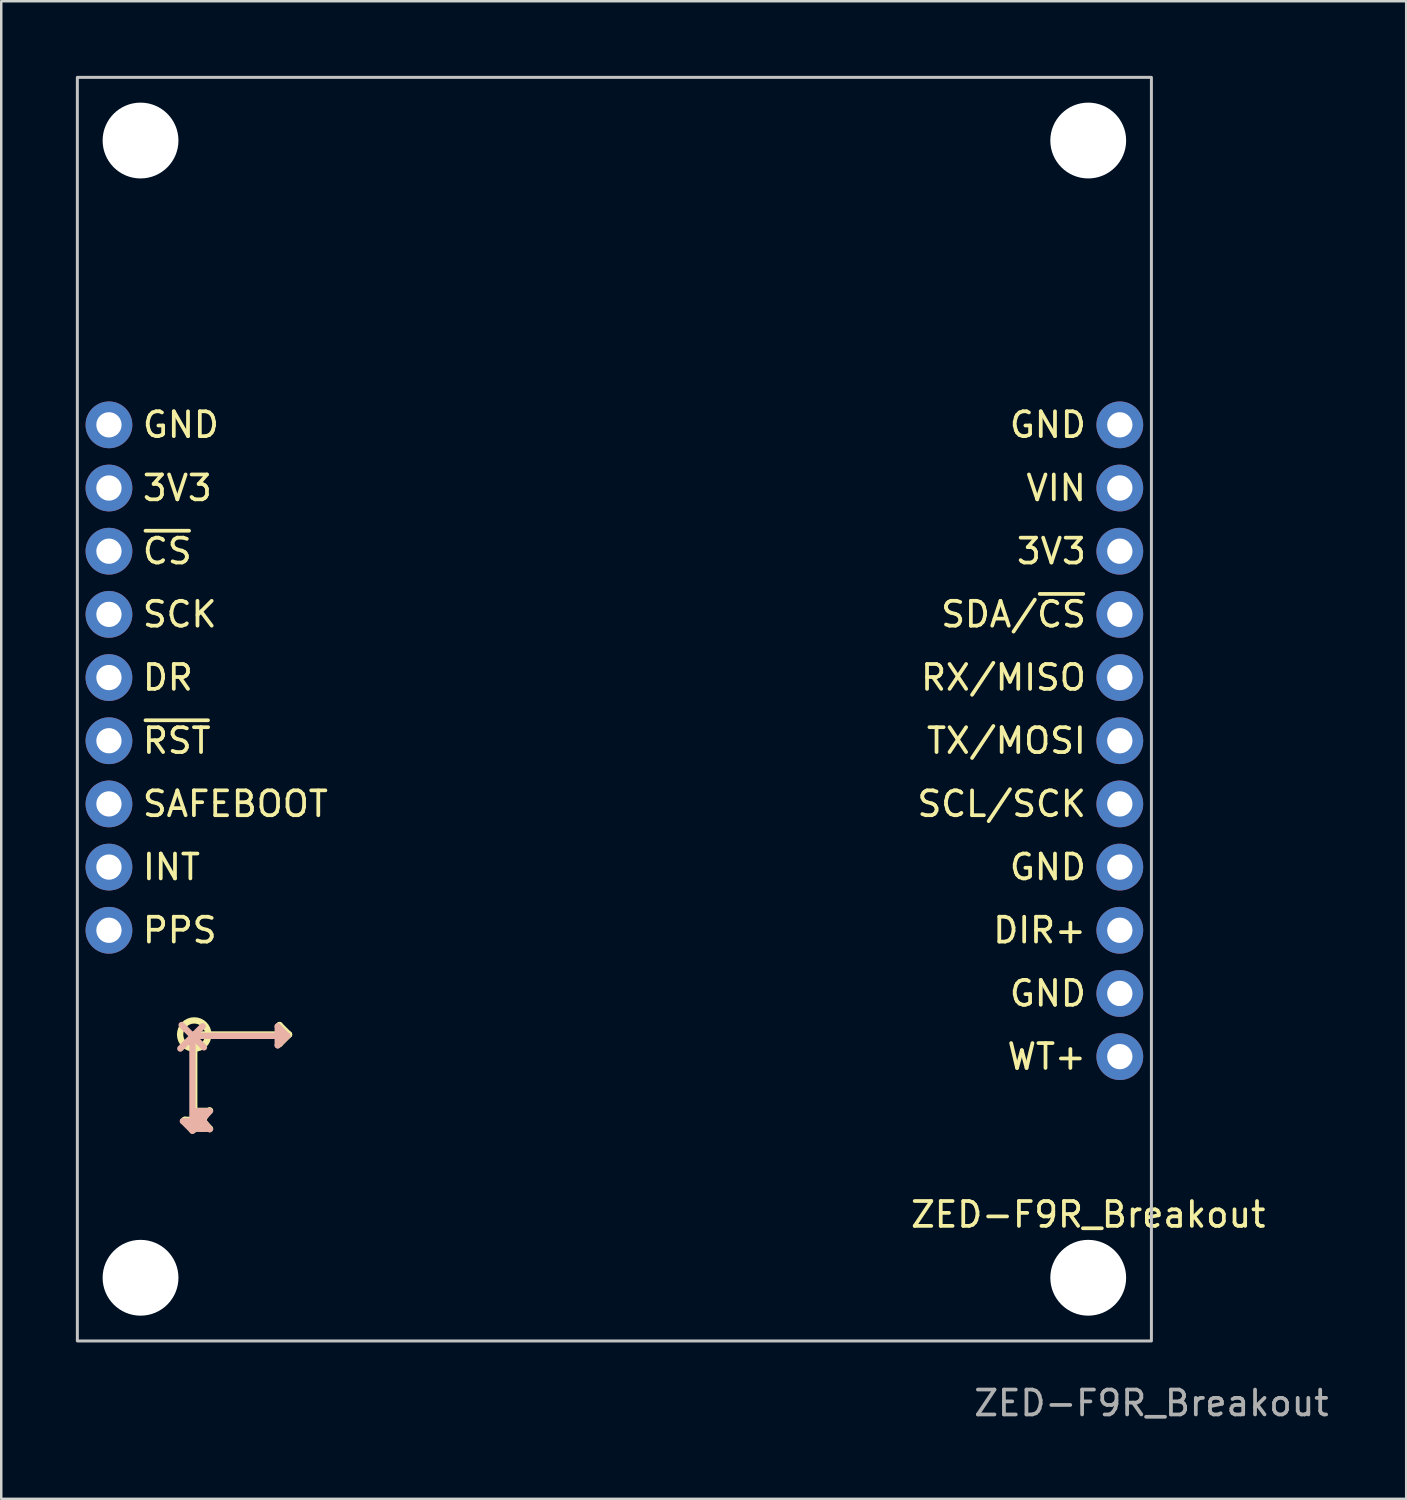
<source format=kicad_pcb>
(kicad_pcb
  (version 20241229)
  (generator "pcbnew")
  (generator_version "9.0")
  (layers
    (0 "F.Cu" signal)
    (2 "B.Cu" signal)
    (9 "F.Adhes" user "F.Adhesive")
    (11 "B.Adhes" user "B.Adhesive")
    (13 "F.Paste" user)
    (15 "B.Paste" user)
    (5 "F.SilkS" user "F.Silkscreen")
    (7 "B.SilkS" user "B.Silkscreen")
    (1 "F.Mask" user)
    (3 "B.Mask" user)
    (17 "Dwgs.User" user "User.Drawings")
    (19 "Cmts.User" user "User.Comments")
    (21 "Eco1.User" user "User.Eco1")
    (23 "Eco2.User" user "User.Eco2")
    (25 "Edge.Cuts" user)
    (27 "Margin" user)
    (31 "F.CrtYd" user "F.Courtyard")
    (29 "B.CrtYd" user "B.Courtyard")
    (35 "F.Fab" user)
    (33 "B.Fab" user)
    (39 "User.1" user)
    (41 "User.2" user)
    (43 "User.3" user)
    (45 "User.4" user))
  (footprint "ZED-F9R_Breakout"
    (layer "F.Cu")
    (at 43.24 50.86)
    (property "Reference" "ZED-F9R_Breakout" (at -2.54 -5.08 0) (unlocked yes) (layer "F.SilkS") (effects (font (size 1 1) (thickness 0.15))))
    (attr through_hole)
    (fp_line (start -38.862 -8.89) (end -38.1 -8.89) (stroke (width 0.254) (type solid)) (layer "F.SilkS"))
    (fp_line (start -38.481 -12.319) (end -34.671 -12.319) (stroke (width 0.254) (type solid)) (layer "F.SilkS"))
    (fp_line (start -38.481 -8.509) (end -38.862 -8.89) (stroke (width 0.254) (type solid)) (layer "F.SilkS"))
    (fp_line (start -38.481 -8.509) (end -38.481 -12.319) (stroke (width 0.254) (type solid)) (layer "F.SilkS"))
    (fp_line (start -38.1 -8.89) (end -38.481 -8.509) (stroke (width 0.254) (type solid)) (layer "F.SilkS"))
    (fp_line (start -35.052 -12.7) (end -35.052 -11.938) (stroke (width 0.254) (type solid)) (layer "F.SilkS"))
    (fp_line (start -35.052 -11.938) (end -34.671 -12.319) (stroke (width 0.254) (type solid)) (layer "F.SilkS"))
    (fp_line (start -34.671 -12.319) (end -35.052 -12.7) (stroke (width 0.254) (type solid)) (layer "F.SilkS"))
    (fp_circle (center -38.481 -12.319) (end -37.913 -12.319) (stroke (width 0.254) (type solid)) (fill no) (layer "F.SilkS"))
    (fp_poly (pts (xy -37.878 -9.365) (xy -37.816 -9.323) (xy -37.795 -9.26) (xy -37.815 -9.188) (xy -38.202 -8.653) (xy -38.169 -8.645) (xy -37.9 -8.645) (xy -37.827 -8.635) (xy -37.785 -8.582) (xy -37.775 -8.51) (xy -37.796 -8.447) (xy -37.849 -8.415) (xy -38.471 -8.415) (xy -38.524 -8.446) (xy -38.555 -8.509) (xy -38.545 -8.582) (xy -38.156 -9.12) (xy -38.173 -9.145) (xy -38.512 -9.145) (xy -38.555 -9.188) (xy -38.555 -9.28) (xy -38.545 -9.343) (xy -38.481 -9.375) (xy -37.94 -9.375)) (stroke (width 0) (type default)) (fill yes) (layer "F.SilkS"))
    (fp_poly (pts (xy -38.427 -9.375) (xy -38.386 -9.323) (xy -38.197 -9.034) (xy -38.172 -9.026) (xy -37.984 -9.313) (xy -37.943 -9.374) (xy -37.889 -9.385) (xy -37.817 -9.354) (xy -37.765 -9.302) (xy -37.755 -9.249) (xy -37.796 -9.177) (xy -38.055 -8.788) (xy -38.065 -8.72) (xy -38.065 -8.51) (xy -38.075 -8.447) (xy -38.139 -8.415) (xy -38.211 -8.415) (xy -38.284 -8.436) (xy -38.305 -8.489) (xy -38.305 -8.769) (xy -38.334 -8.827) (xy -38.564 -9.167) (xy -38.605 -9.228) (xy -38.605 -9.292) (xy -38.563 -9.344) (xy -38.491 -9.385)) (stroke (width 0) (type default)) (fill yes) (layer "F.SilkS"))
    (fp_poly (pts (xy -37.797 -9.384) (xy -37.736 -9.333) (xy -37.715 -9.27) (xy -37.746 -9.207) (xy -38.023 -8.91) (xy -37.796 -8.663) (xy -37.746 -8.613) (xy -37.715 -8.55) (xy -37.736 -8.497) (xy -37.797 -8.436) (xy -37.85 -8.415) (xy -37.913 -8.436) (xy -38.18 -8.743) (xy -38.216 -8.707) (xy -38.396 -8.497) (xy -38.396 -8.497) (xy -38.447 -8.436) (xy -38.5 -8.415) (xy -38.562 -8.436) (xy -38.624 -8.487) (xy -38.645 -8.54) (xy -38.624 -8.602) (xy -38.574 -8.663) (xy -38.347 -8.91) (xy -38.384 -8.957) (xy -38.614 -9.207) (xy -38.645 -9.269) (xy -38.635 -9.322) (xy -38.573 -9.384) (xy -38.51 -9.405) (xy -38.457 -9.384) (xy -38.396 -9.334) (xy -38.18 -9.078) (xy -38.144 -9.123) (xy -37.964 -9.323) (xy -37.913 -9.384) (xy -37.85 -9.405)) (stroke (width 0) (type default)) (fill yes) (layer "F.SilkS"))
    (fp_line (start -38.988 -12.701) (end -38.09 -11.803) (stroke (width 0.254) (type solid)) (layer "B.SilkS"))
    (fp_line (start -38.934 -8.837) (end -38.553 -8.456) (stroke (width 0.254) (type solid)) (layer "B.SilkS"))
    (fp_line (start -38.553 -12.266) (end -34.743 -12.266) (stroke (width 0.254) (type solid)) (layer "B.SilkS"))
    (fp_line (start -38.553 -8.456) (end -38.553 -12.266) (stroke (width 0.254) (type solid)) (layer "B.SilkS"))
    (fp_line (start -38.553 -8.456) (end -38.172 -8.837) (stroke (width 0.254) (type solid)) (layer "B.SilkS"))
    (fp_line (start -38.172 -8.837) (end -38.934 -8.837) (stroke (width 0.254) (type solid)) (layer "B.SilkS"))
    (fp_line (start -38.143 -12.651) (end -39.041 -11.753) (stroke (width 0.254) (type solid)) (layer "B.SilkS"))
    (fp_line (start -35.124 -12.647) (end -35.124 -11.885) (stroke (width 0.254) (type solid)) (layer "B.SilkS"))
    (fp_line (start -35.124 -11.885) (end -34.743 -12.266) (stroke (width 0.254) (type solid)) (layer "B.SilkS"))
    (fp_line (start -34.743 -12.266) (end -35.124 -12.647) (stroke (width 0.254) (type solid)) (layer "B.SilkS"))
    (fp_poly (pts (xy -37.878 -8.415) (xy -37.816 -8.457) (xy -37.795 -8.52) (xy -37.815 -8.592) (xy -38.202 -9.127) (xy -38.169 -9.135) (xy -37.9 -9.135) (xy -37.827 -9.145) (xy -37.785 -9.198) (xy -37.775 -9.27) (xy -37.796 -9.333) (xy -37.849 -9.365) (xy -38.471 -9.365) (xy -38.524 -9.334) (xy -38.555 -9.271) (xy -38.545 -9.198) (xy -38.156 -8.66) (xy -38.173 -8.635) (xy -38.512 -8.635) (xy -38.555 -8.592) (xy -38.555 -8.5) (xy -38.545 -8.437) (xy -38.481 -8.405) (xy -37.94 -8.405)) (stroke (width 0) (type default)) (fill yes) (layer "B.SilkS"))
    (fp_poly (pts (xy -38.427 -8.405) (xy -38.386 -8.457) (xy -38.197 -8.746) (xy -38.172 -8.754) (xy -37.984 -8.467) (xy -37.943 -8.406) (xy -37.889 -8.395) (xy -37.817 -8.426) (xy -37.765 -8.478) (xy -37.755 -8.531) (xy -37.796 -8.603) (xy -38.055 -8.992) (xy -38.065 -9.06) (xy -38.065 -9.27) (xy -38.075 -9.333) (xy -38.139 -9.365) (xy -38.211 -9.365) (xy -38.284 -9.344) (xy -38.305 -9.291) (xy -38.305 -9.011) (xy -38.334 -8.953) (xy -38.564 -8.613) (xy -38.605 -8.552) (xy -38.605 -8.488) (xy -38.563 -8.436) (xy -38.491 -8.395)) (stroke (width 0) (type default)) (fill yes) (layer "B.SilkS"))
    (fp_poly (pts (xy -37.797 -8.396) (xy -37.736 -8.447) (xy -37.715 -8.51) (xy -37.746 -8.573) (xy -38.023 -8.87) (xy -37.796 -9.117) (xy -37.746 -9.167) (xy -37.715 -9.23) (xy -37.736 -9.283) (xy -37.797 -9.344) (xy -37.85 -9.365) (xy -37.913 -9.344) (xy -38.18 -9.037) (xy -38.216 -9.073) (xy -38.396 -9.283) (xy -38.396 -9.283) (xy -38.447 -9.344) (xy -38.5 -9.365) (xy -38.562 -9.344) (xy -38.624 -9.293) (xy -38.645 -9.24) (xy -38.624 -9.178) (xy -38.574 -9.117) (xy -38.347 -8.87) (xy -38.384 -8.823) (xy -38.614 -8.573) (xy -38.645 -8.511) (xy -38.635 -8.458) (xy -38.573 -8.396) (xy -38.51 -8.375) (xy -38.457 -8.396) (xy -38.396 -8.446) (xy -38.18 -8.702) (xy -38.144 -8.657) (xy -37.964 -8.457) (xy -37.913 -8.396) (xy -37.85 -8.375)) (stroke (width 0) (type default)) (fill yes) (layer "B.SilkS"))
    (fp_rect (start -43.18 -50.8) (end 0 0) (stroke (width 0.12) (type default)) (fill no) (layer "Dwgs.User"))
    (fp_text user "GND" (at -2.54 -36.83 0) (unlocked yes) (layer "F.SilkS") (effects (font (size 1 1) (thickness 0.15)) (justify right)))
    (fp_text user "VIN" (at -2.54 -34.29 0) (unlocked yes) (layer "F.SilkS") (effects (font (size 1 1) (thickness 0.15)) (justify right)))
    (fp_text user "SAFEBOOT" (at -40.64 -21.59 0) (unlocked yes) (layer "F.SilkS") (effects (font (size 1 1) (thickness 0.15)) (justify left)))
    (fp_text user "INT" (at -40.64 -19.05 0) (unlocked yes) (layer "F.SilkS") (effects (font (size 1 1) (thickness 0.15)) (justify left)))
    (fp_text user "WT+" (at -2.54 -11.43 0) (unlocked yes) (layer "F.SilkS") (effects (font (size 1 1) (thickness 0.15)) (justify right)))
    (fp_text user "RX/MISO" (at -2.54 -26.67 0) (unlocked yes) (layer "F.SilkS") (effects (font (size 1 1) (thickness 0.15)) (justify right)))
    (fp_text user "GND" (at -2.54 -13.97 0) (unlocked yes) (layer "F.SilkS") (effects (font (size 1 1) (thickness 0.15)) (justify right)))
    (fp_text user "SCL/SCK" (at -2.54 -21.59 0) (unlocked yes) (layer "F.SilkS") (effects (font (size 1 1) (thickness 0.15)) (justify right)))
    (fp_text user "3V3" (at -40.64 -34.29 0) (unlocked yes) (layer "F.SilkS") (effects (font (size 1 1) (thickness 0.15)) (justify left)))
    (fp_text user "~{CS}" (at -40.64 -31.75 0) (unlocked yes) (layer "F.SilkS") (effects (font (size 1 1) (thickness 0.15)) (justify left)))
    (fp_text user "~{RST}" (at -40.64 -24.13 0) (unlocked yes) (layer "F.SilkS") (effects (font (size 1 1) (thickness 0.15)) (justify left)))
    (fp_text user "GND" (at -2.54 -19.05 0) (unlocked yes) (layer "F.SilkS") (effects (font (size 1 1) (thickness 0.15)) (justify right)))
    (fp_text user "PPS" (at -40.64 -16.51 0) (unlocked yes) (layer "F.SilkS") (effects (font (size 1 1) (thickness 0.15)) (justify left)))
    (fp_text user "SCK" (at -40.64 -29.21 0) (unlocked yes) (layer "F.SilkS") (effects (font (size 1 1) (thickness 0.15)) (justify left)))
    (fp_text user "DR" (at -40.64 -26.67 0) (unlocked yes) (layer "F.SilkS") (effects (font (size 1 1) (thickness 0.15)) (justify left)))
    (fp_text user "3V3" (at -2.54 -31.75 0) (unlocked yes) (layer "F.SilkS") (effects (font (size 1 1) (thickness 0.15)) (justify right)))
    (fp_text user "GND" (at -40.64 -36.83 0) (unlocked yes) (layer "F.SilkS") (effects (font (size 1 1) (thickness 0.15)) (justify left)))
    (fp_text user "TX/MOSI" (at -2.54 -24.13 0) (unlocked yes) (layer "F.SilkS") (effects (font (size 1 1) (thickness 0.15)) (justify right)))
    (fp_text user "SDA/~{CS}" (at -2.54 -29.21 0) (unlocked yes) (layer "F.SilkS") (effects (font (size 1 1) (thickness 0.15)) (justify right)))
    (fp_text user "DIR+" (at -2.54 -16.51 0) (unlocked yes) (layer "F.SilkS") (effects (font (size 1 1) (thickness 0.15)) (justify right)))
    (fp_text user "${REFERENCE}" (at 0 2.5 0) (unlocked yes) (layer "F.Fab") (effects (font (size 1 1) (thickness 0.15))))
    (pad "" np_thru_hole circle (at -40.64 -48.26) (size 3.048 3.048) (drill 3.048) (layers "*.Cu" "*.Mask"))
    (pad "" np_thru_hole circle (at -40.64 -2.54) (size 3.048 3.048) (drill 3.048) (layers "*.Cu" "*.Mask"))
    (pad "" np_thru_hole circle (at -2.54 -48.26) (size 3.048 3.048) (drill 3.048) (layers "*.Cu" "*.Mask"))
    (pad "" np_thru_hole circle (at -2.54 -2.54) (size 3.048 3.048) (drill 3.048) (layers "*.Cu" "*.Mask"))
    (pad "A1" thru_hole circle (at -41.91 -16.51 180) (size 1.88 1.88) (drill 1.016) (layers "*.Cu" "*.Mask"))
    (pad "A2" thru_hole circle (at -41.91 -19.05 180) (size 1.88 1.88) (drill 1.016) (layers "*.Cu" "*.Mask"))
    (pad "A3" thru_hole circle (at -41.91 -21.59 180) (size 1.88 1.88) (drill 1.016) (layers "*.Cu" "*.Mask"))
    (pad "A4" thru_hole circle (at -41.91 -24.13 180) (size 1.88 1.88) (drill 1.016) (layers "*.Cu" "*.Mask"))
    (pad "A5" thru_hole circle (at -41.91 -26.67 180) (size 1.88 1.88) (drill 1.016) (layers "*.Cu" "*.Mask"))
    (pad "A6" thru_hole circle (at -41.91 -29.21 180) (size 1.88 1.88) (drill 1.016) (layers "*.Cu" "*.Mask"))
    (pad "A7" thru_hole circle (at -41.91 -31.75 180) (size 1.88 1.88) (drill 1.016) (layers "*.Cu" "*.Mask"))
    (pad "A8" thru_hole circle (at -41.91 -34.29 180) (size 1.88 1.88) (drill 1.016) (layers "*.Cu" "*.Mask"))
    (pad "A9" thru_hole circle (at -41.91 -36.83 180) (size 1.88 1.88) (drill 1.016) (layers "*.Cu" "*.Mask"))
    (pad "B1" thru_hole circle (at -1.27 -36.83) (size 1.88 1.88) (drill 1.016) (layers "*.Cu" "*.Mask"))
    (pad "B2" thru_hole circle (at -1.27 -34.29) (size 1.88 1.88) (drill 1.016) (layers "*.Cu" "*.Mask"))
    (pad "B3" thru_hole circle (at -1.27 -31.75) (size 1.88 1.88) (drill 1.016) (layers "*.Cu" "*.Mask"))
    (pad "B4" thru_hole circle (at -1.27 -29.21) (size 1.88 1.88) (drill 1.016) (layers "*.Cu" "*.Mask"))
    (pad "B5" thru_hole circle (at -1.27 -26.67) (size 1.88 1.88) (drill 1.016) (layers "*.Cu" "*.Mask"))
    (pad "B6" thru_hole circle (at -1.27 -24.13) (size 1.88 1.88) (drill 1.016) (layers "*.Cu" "*.Mask"))
    (pad "B7" thru_hole circle (at -1.27 -21.59) (size 1.88 1.88) (drill 1.016) (layers "*.Cu" "*.Mask"))
    (pad "B8" thru_hole circle (at -1.27 -19.05) (size 1.88 1.88) (drill 1.016) (layers "*.Cu" "*.Mask"))
    (pad "B9" thru_hole circle (at -1.27 -16.51) (size 1.88 1.88) (drill 1.016) (layers "*.Cu" "*.Mask"))
    (pad "B10" thru_hole circle (at -1.27 -13.97) (size 1.88 1.88) (drill 1.016) (layers "*.Cu" "*.Mask"))
    (pad "B11" thru_hole circle (at -1.27 -11.43) (size 1.88 1.88) (drill 1.016) (layers "*.Cu" "*.Mask")))
  (gr_rect
    (start -3 -3)
    (end 53.484 57.208)
    (stroke (width 0.1) (type default))
    (fill no)
    (layer "Edge.Cuts")))
</source>
